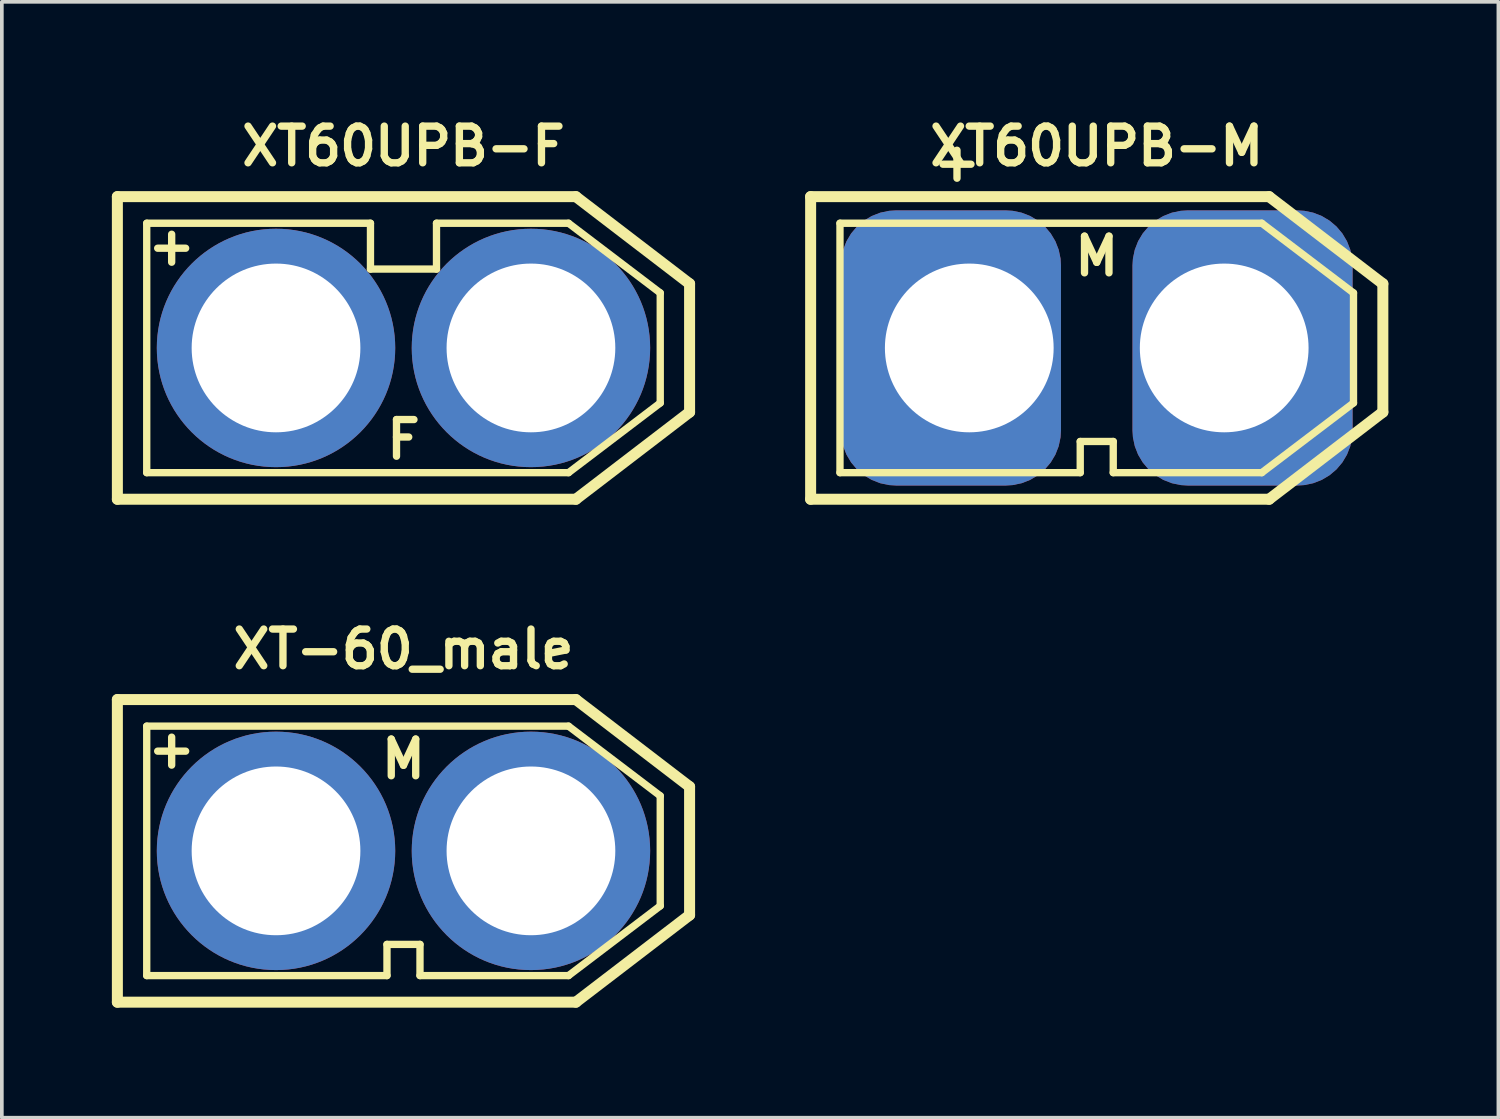
<source format=kicad_pcb>
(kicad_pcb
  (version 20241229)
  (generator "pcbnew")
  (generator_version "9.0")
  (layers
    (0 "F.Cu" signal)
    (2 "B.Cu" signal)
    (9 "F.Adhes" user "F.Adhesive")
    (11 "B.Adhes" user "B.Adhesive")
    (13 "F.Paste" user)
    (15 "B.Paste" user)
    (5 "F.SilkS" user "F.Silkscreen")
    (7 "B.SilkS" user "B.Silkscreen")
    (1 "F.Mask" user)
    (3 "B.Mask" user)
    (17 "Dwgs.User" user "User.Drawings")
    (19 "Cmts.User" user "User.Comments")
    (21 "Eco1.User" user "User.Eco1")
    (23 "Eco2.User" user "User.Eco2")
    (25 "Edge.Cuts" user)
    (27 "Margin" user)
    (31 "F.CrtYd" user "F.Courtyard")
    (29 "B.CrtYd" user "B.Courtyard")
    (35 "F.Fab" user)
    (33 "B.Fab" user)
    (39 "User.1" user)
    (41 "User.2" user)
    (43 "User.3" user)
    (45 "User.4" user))
  (footprint "XT60UPB-M"
    (layer "F.Cu")
    (at 26.85 6.436)
    (property "Reference" "XT60UPB-M" (at 0 -5.5 0) (layer "F.SilkS") (effects (font (size 1 1) (thickness 0.2))))
    (attr through_hole)
    (fp_line (start -7.8 -4.125) (end -7.8 4.125) (stroke (width 0.3) (type solid)) (layer "F.SilkS"))
    (fp_line (start -7.8 -4.125) (end 4.7 -4.125) (stroke (width 0.3) (type solid)) (layer "F.SilkS"))
    (fp_line (start -7.8 4.125) (end 4.7 4.125) (stroke (width 0.3) (type solid)) (layer "F.SilkS"))
    (fp_line (start -7 -3.4) (end -7 3.4) (stroke (width 0.2) (type solid)) (layer "F.SilkS"))
    (fp_line (start -7 -3.4) (end 4.5 -3.4) (stroke (width 0.2) (type solid)) (layer "F.SilkS"))
    (fp_line (start -7 3.4) (end -0.45 3.4) (stroke (width 0.2) (type solid)) (layer "F.SilkS"))
    (fp_line (start -0.45 2.55) (end -0.45 3.4) (stroke (width 0.2) (type solid)) (layer "F.SilkS"))
    (fp_line (start -0.45 2.55) (end 0.45 2.55) (stroke (width 0.2) (type solid)) (layer "F.SilkS"))
    (fp_line (start 0.45 2.55) (end 0.45 3.4) (stroke (width 0.2) (type solid)) (layer "F.SilkS"))
    (fp_line (start 0.45 3.4) (end 4.5 3.4) (stroke (width 0.2) (type solid)) (layer "F.SilkS"))
    (fp_line (start 4.5 -3.4) (end 7 -1.5) (stroke (width 0.2) (type solid)) (layer "F.SilkS"))
    (fp_line (start 4.5 3.4) (end 7 1.5) (stroke (width 0.2) (type solid)) (layer "F.SilkS"))
    (fp_line (start 4.7 -4.125) (end 7.8 -1.75) (stroke (width 0.3) (type solid)) (layer "F.SilkS"))
    (fp_line (start 4.7 4.125) (end 7.8 1.75) (stroke (width 0.3) (type solid)) (layer "F.SilkS"))
    (fp_line (start 7 -1.5) (end 7 1.5) (stroke (width 0.2) (type solid)) (layer "F.SilkS"))
    (fp_line (start 7.8 -1.75) (end 7.8 1.75) (stroke (width 0.3) (type solid)) (layer "F.SilkS"))
    (fp_text user "+" (at -3.81 -5.08 0) (layer "F.SilkS") (effects (font (size 1 1) (thickness 0.2))))
    (fp_text user "M" (at 0 -2.5 0) (layer "F.SilkS") (effects (font (size 1 1) (thickness 0.2))))
    (pad "1" thru_hole roundrect (at 3.475 0) (size 6 7.5) (drill 4.6 (offset 0.5 0)) (layers "*.Cu" "*.Mask") (roundrect_rratio 0.25))
    (pad "2" thru_hole roundrect (at -3.475 0) (size 6 7.5) (drill 4.6 (offset -0.5 0)) (layers "*.Cu" "*.Mask") (roundrect_rratio 0.25)))
  (footprint "XT-60_male"
    (layer "F.Cu")
    (at 7.95 20.147)
    (property "Reference" "XT-60_male" (at 0 -5.5 0) (layer "F.SilkS") (effects (font (size 1 1) (thickness 0.2))))
    (attr through_hole)
    (fp_line (start -7.8 -4.125) (end -7.8 4.125) (stroke (width 0.3) (type solid)) (layer "F.SilkS"))
    (fp_line (start -7.8 -4.125) (end 4.7 -4.125) (stroke (width 0.3) (type solid)) (layer "F.SilkS"))
    (fp_line (start -7.8 4.125) (end 4.7 4.125) (stroke (width 0.3) (type solid)) (layer "F.SilkS"))
    (fp_line (start -7 -3.4) (end -7 3.4) (stroke (width 0.2) (type solid)) (layer "F.SilkS"))
    (fp_line (start -7 -3.4) (end 4.5 -3.4) (stroke (width 0.2) (type solid)) (layer "F.SilkS"))
    (fp_line (start -7 3.4) (end -0.45 3.4) (stroke (width 0.2) (type solid)) (layer "F.SilkS"))
    (fp_line (start -0.45 2.55) (end -0.45 3.4) (stroke (width 0.2) (type solid)) (layer "F.SilkS"))
    (fp_line (start -0.45 2.55) (end 0.45 2.55) (stroke (width 0.2) (type solid)) (layer "F.SilkS"))
    (fp_line (start 0.45 2.55) (end 0.45 3.4) (stroke (width 0.2) (type solid)) (layer "F.SilkS"))
    (fp_line (start 0.45 3.4) (end 4.5 3.4) (stroke (width 0.2) (type solid)) (layer "F.SilkS"))
    (fp_line (start 4.5 -3.4) (end 7 -1.5) (stroke (width 0.2) (type solid)) (layer "F.SilkS"))
    (fp_line (start 4.5 3.4) (end 7 1.5) (stroke (width 0.2) (type solid)) (layer "F.SilkS"))
    (fp_line (start 4.7 -4.125) (end 7.8 -1.75) (stroke (width 0.3) (type solid)) (layer "F.SilkS"))
    (fp_line (start 4.7 4.125) (end 7.8 1.75) (stroke (width 0.3) (type solid)) (layer "F.SilkS"))
    (fp_line (start 7 -1.5) (end 7 1.5) (stroke (width 0.2) (type solid)) (layer "F.SilkS"))
    (fp_line (start 7.8 -1.75) (end 7.8 1.75) (stroke (width 0.3) (type solid)) (layer "F.SilkS"))
    (fp_text user "M" (at 0 -2.5 0) (layer "F.SilkS") (effects (font (size 1 1) (thickness 0.2))))
    (fp_text user "+" (at -6.32 -2.79 0) (layer "F.SilkS") (effects (font (size 1 1) (thickness 0.2))))
    (pad "1" thru_hole circle (at 3.475 0) (size 6.5 6.5) (drill 4.6) (layers "*.Cu" "*.Mask"))
    (pad "2" thru_hole circle (at -3.475 0) (size 6.5 6.5) (drill 4.6) (layers "*.Cu" "*.Mask")))
  (footprint "XT60UPB-F"
    (layer "F.Cu")
    (at 7.95 6.436)
    (property "Reference" "XT60UPB-F" (at 0 -5.5 0) (layer "F.SilkS") (effects (font (size 1 1) (thickness 0.2))))
    (attr through_hole)
    (fp_line (start -7.8 -4.125) (end -7.8 4.125) (stroke (width 0.3) (type solid)) (layer "F.SilkS"))
    (fp_line (start -7.8 -4.125) (end 4.7 -4.125) (stroke (width 0.3) (type solid)) (layer "F.SilkS"))
    (fp_line (start -7.8 4.125) (end 4.7 4.125) (stroke (width 0.3) (type solid)) (layer "F.SilkS"))
    (fp_line (start -7 -3.4) (end -7 3.4) (stroke (width 0.2) (type solid)) (layer "F.SilkS"))
    (fp_line (start -7 -3.4) (end -0.9 -3.4) (stroke (width 0.2) (type solid)) (layer "F.SilkS"))
    (fp_line (start -7 3.4) (end 4.5 3.4) (stroke (width 0.2) (type solid)) (layer "F.SilkS"))
    (fp_line (start -0.9 -3.4) (end -0.9 -2.15) (stroke (width 0.2) (type solid)) (layer "F.SilkS"))
    (fp_line (start -0.9 -2.15) (end 0.9 -2.15) (stroke (width 0.2) (type solid)) (layer "F.SilkS"))
    (fp_line (start 0.9 -3.4) (end 4.5 -3.4) (stroke (width 0.2) (type solid)) (layer "F.SilkS"))
    (fp_line (start 0.9 -2.15) (end 0.9 -3.4) (stroke (width 0.2) (type solid)) (layer "F.SilkS"))
    (fp_line (start 4.5 -3.4) (end 7 -1.5) (stroke (width 0.2) (type solid)) (layer "F.SilkS"))
    (fp_line (start 4.5 3.4) (end 7 1.5) (stroke (width 0.2) (type solid)) (layer "F.SilkS"))
    (fp_line (start 4.7 -4.125) (end 7.8 -1.75) (stroke (width 0.3) (type solid)) (layer "F.SilkS"))
    (fp_line (start 4.7 4.125) (end 7.8 1.75) (stroke (width 0.3) (type solid)) (layer "F.SilkS"))
    (fp_line (start 7 -1.5) (end 7 1.5) (stroke (width 0.2) (type solid)) (layer "F.SilkS"))
    (fp_line (start 7.8 -1.75) (end 7.8 1.75) (stroke (width 0.3) (type solid)) (layer "F.SilkS"))
    (fp_text user "F" (at 0 2.5 0) (layer "F.SilkS") (effects (font (size 1 1) (thickness 0.2))))
    (fp_text user "+" (at -6.32 -2.79 0) (layer "F.SilkS") (effects (font (size 1 1) (thickness 0.2))))
    (pad "1" thru_hole circle (at 3.475 0) (size 6.5 6.5) (drill 4.6) (layers "*.Cu" "*.Mask"))
    (pad "2" thru_hole circle (at -3.475 0) (size 6.5 6.5) (drill 4.6) (layers "*.Cu" "*.Mask")))
  (gr_rect
    (start -3 -3)
    (end 37.8 27.422)
    (stroke (width 0.1) (type default))
    (fill no)
    (layer "Edge.Cuts")))
</source>
